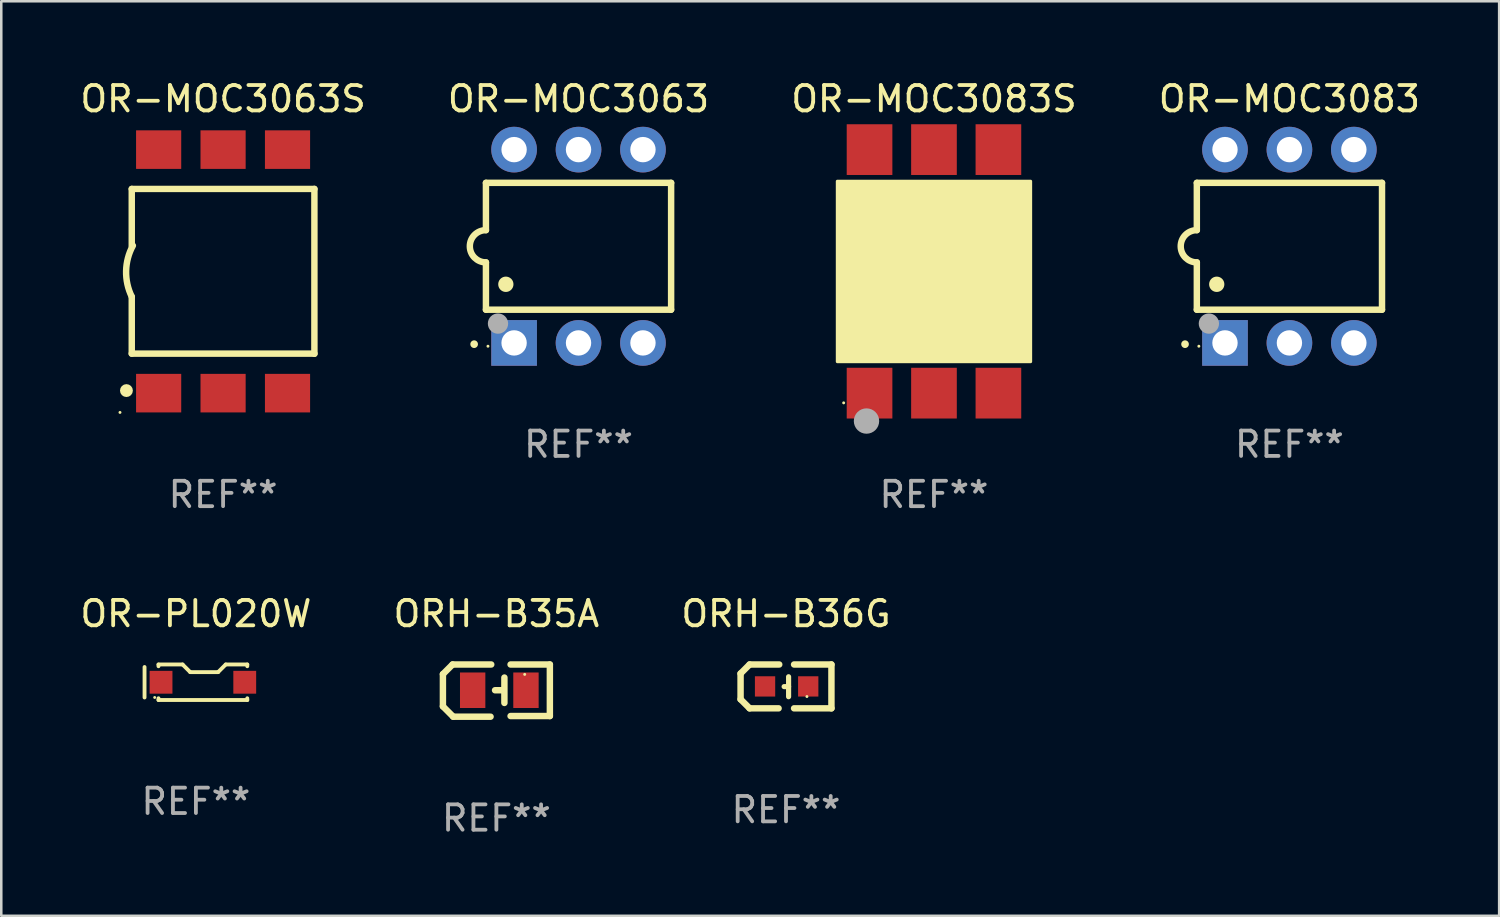
<source format=kicad_pcb>
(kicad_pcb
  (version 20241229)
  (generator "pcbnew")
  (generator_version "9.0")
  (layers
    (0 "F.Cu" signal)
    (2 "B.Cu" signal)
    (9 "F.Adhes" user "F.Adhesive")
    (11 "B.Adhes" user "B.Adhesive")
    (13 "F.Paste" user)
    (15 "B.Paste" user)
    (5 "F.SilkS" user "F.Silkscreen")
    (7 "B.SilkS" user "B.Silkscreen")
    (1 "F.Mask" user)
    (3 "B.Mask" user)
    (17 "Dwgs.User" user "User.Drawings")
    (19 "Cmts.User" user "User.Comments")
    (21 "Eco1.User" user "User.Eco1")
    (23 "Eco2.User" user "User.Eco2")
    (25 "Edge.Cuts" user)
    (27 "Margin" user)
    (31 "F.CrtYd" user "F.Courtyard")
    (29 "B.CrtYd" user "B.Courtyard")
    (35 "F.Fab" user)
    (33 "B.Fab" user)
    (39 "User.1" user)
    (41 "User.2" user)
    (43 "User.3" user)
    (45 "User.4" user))
  (footprint "ORH-B36G"
    (layer "F.Cu")
    (at 27.935 24.009)
    (property "Reference" "ORH-B36G" (at 0 -2.864 0) (layer "F.SilkS") (effects (font (size 1 1) (thickness 0.15))))
    (attr through_hole)
    (fp_line (start -1.791 -0.508) (end -1.435 -0.864) (stroke (width 0.254) (type solid)) (layer "F.SilkS"))
    (fp_line (start -1.791 0.508) (end -1.791 -0.508) (stroke (width 0.254) (type solid)) (layer "F.SilkS"))
    (fp_line (start -1.435 0.864) (end -1.791 0.508) (stroke (width 0.254) (type solid)) (layer "F.SilkS"))
    (fp_line (start -0.292 0.864) (end -1.435 0.864) (stroke (width 0.254) (type solid)) (layer "F.SilkS"))
    (fp_line (start -0.267 -0.864) (end -1.435 -0.864) (stroke (width 0.254) (type solid)) (layer "F.SilkS"))
    (fp_line (start 0.102 0.008) (end -0.074 0.008) (stroke (width 0.203) (type solid)) (layer "F.SilkS"))
    (fp_line (start 0.102 0.406) (end 0.102 -0.381) (stroke (width 0.203) (type solid)) (layer "F.SilkS"))
    (fp_line (start 1.791 -0.864) (end 0.318 -0.864) (stroke (width 0.254) (type solid)) (layer "F.SilkS"))
    (fp_line (start 1.791 0.864) (end 0.318 0.864) (stroke (width 0.254) (type solid)) (layer "F.SilkS"))
    (fp_line (start 1.791 0.864) (end 1.791 -0.864) (stroke (width 0.254) (type solid)) (layer "F.SilkS"))
    (fp_circle (center 0.825 0.4) (end 0.855 0.4) (stroke (width 0.06) (type solid)) (fill no) (layer "F.SilkS"))
    (fp_text user "REF**" (at 0 4.864 0) (layer "F.Fab") (effects (font (size 1 1) (thickness 0.15))))
    (pad "1" smd rect (at 0.876 0 90) (size 0.8 0.8) (layers "F.Cu" "F.Mask" "F.Paste"))
    (pad "2" smd rect (at -0.826 0 90) (size 0.8 0.8) (layers "F.Cu" "F.Mask" "F.Paste")))
  (footprint "OR-MOC3063S"
    (layer "F.Cu")
    (at 5.744 7.648)
    (property "Reference" "OR-MOC3063S" (at 0 -6.8 0) (layer "F.SilkS") (effects (font (size 1 1) (thickness 0.15))))
    (attr through_hole)
    (fp_line (start -3.6 -3.25) (end -3.6 -1) (stroke (width 0.254) (type solid)) (layer "F.SilkS"))
    (fp_line (start -3.6 -3.25) (end 3.6 -3.25) (stroke (width 0.254) (type solid)) (layer "F.SilkS"))
    (fp_line (start -3.6 3.243) (end -3.6 1) (stroke (width 0.254) (type solid)) (layer "F.SilkS"))
    (fp_line (start 3.6 -3.25) (end 3.6 3.25) (stroke (width 0.254) (type solid)) (layer "F.SilkS"))
    (fp_line (start 3.6 3.243) (end -3.6 3.243) (stroke (width 0.254) (type solid)) (layer "F.SilkS"))
    (fp_arc (start -3.599187 0.999746) (mid -3.822377 -0.013372) (end -3.556007 -1.016002) (stroke (width 0.254001) (type solid)) (layer "F.SilkS"))
    (fp_circle (center -4.064 5.56) (end -4.034 5.56) (stroke (width 0.06) (type solid)) (fill no) (layer "F.SilkS"))
    (fp_circle (center -3.81 4.699) (end -3.683 4.699) (stroke (width 0.254) (type solid)) (fill no) (layer "F.SilkS"))
    (fp_text user "REF**" (at 0 8.8 0) (layer "F.Fab") (effects (font (size 1 1) (thickness 0.15))))
    (pad "1" smd rect (at -2.54 4.8) (size 1.78 1.52) (layers "F.Cu" "F.Mask" "F.Paste"))
    (pad "2" smd rect (at 0 4.8) (size 1.78 1.52) (layers "F.Cu" "F.Mask" "F.Paste"))
    (pad "3" smd rect (at 2.54 4.8) (size 1.78 1.52) (layers "F.Cu" "F.Mask" "F.Paste"))
    (pad "4" smd rect (at 2.54 -4.8) (size 1.78 1.52) (layers "F.Cu" "F.Mask" "F.Paste"))
    (pad "5" smd rect (at 0 -4.8) (size 1.78 1.52) (layers "F.Cu" "F.Mask" "F.Paste"))
    (pad "6" smd rect (at -2.54 -4.8) (size 1.78 1.52) (layers "F.Cu" "F.Mask" "F.Paste")))
  (footprint "OR-MOC3063"
    (layer "F.Cu")
    (at 19.756 6.658)
    (property "Reference" "OR-MOC3063" (at 0 -5.81 0) (layer "F.SilkS") (effects (font (size 1 1) (thickness 0.15))))
    (attr through_hole)
    (fp_line (start -3.65 -2.5) (end 3.65 -2.5) (stroke (width 0.254) (type solid)) (layer "F.SilkS"))
    (fp_line (start -3.65 -0.635) (end -3.65 -2.5) (stroke (width 0.254) (type solid)) (layer "F.SilkS"))
    (fp_line (start -3.65 0.635) (end -3.65 2.5) (stroke (width 0.254) (type solid)) (layer "F.SilkS"))
    (fp_line (start -3.65 2.5) (end 3.65 2.5) (stroke (width 0.254) (type solid)) (layer "F.SilkS"))
    (fp_line (start 3.65 -2.5) (end 3.65 2.5) (stroke (width 0.254) (type solid)) (layer "F.SilkS"))
    (fp_arc (start -4.114808 3.860808) (mid -4.114813 3.859538) (end -4.114808 3.858268) (stroke (width 0.3) (type solid)) (layer "F.SilkS"))
    (fp_arc (start -3.650013 0.635001) (mid -4.285014 0) (end -3.650013 -0.635001) (stroke (width 0.254001) (type solid)) (layer "F.SilkS"))
    (fp_arc (start -2.865405 1.501143) (mid -2.865416 1.498603) (end -2.865405 1.496063) (stroke (width 0.6) (type solid)) (layer "F.SilkS"))
    (fp_circle (center -3.57 3.94) (end -3.54 3.94) (stroke (width 0.06) (type solid)) (fill no) (layer "F.SilkS"))
    (fp_circle (center -3.175 3.048) (end -2.975 3.048) (stroke (width 0.4) (type solid)) (fill no) (layer "F.Fab"))
    (fp_text user "REF**" (at 0 7.81 0) (layer "F.Fab") (effects (font (size 1 1) (thickness 0.15))))
    (pad "1" thru_hole rect (at -2.54 3.81 90) (size 1.8 1.8) (drill 1) (layers "*.Cu" "*.Mask"))
    (pad "2" thru_hole circle (at 0 3.81) (size 1.8 1.8) (drill 1) (layers "*.Cu" "*.Mask"))
    (pad "3" thru_hole circle (at 2.54 3.81) (size 1.8 1.8) (drill 1) (layers "*.Cu" "*.Mask"))
    (pad "4" thru_hole circle (at 2.54 -3.81) (size 1.8 1.8) (drill 1) (layers "*.Cu" "*.Mask"))
    (pad "5" thru_hole circle (at 0 -3.81) (size 1.8 1.8) (drill 1) (layers "*.Cu" "*.Mask"))
    (pad "6" thru_hole circle (at -2.54 -3.81) (size 1.8 1.8) (drill 1) (layers "*.Cu" "*.Mask")))
  (footprint "ORH-B35A"
    (layer "F.Cu")
    (at 16.518 24.174)
    (property "Reference" "ORH-B35A" (at 0 -3.029 0) (layer "F.SilkS") (effects (font (size 1 1) (thickness 0.15))))
    (attr through_hole)
    (fp_line (start -2.108 -0.648) (end -1.727 -1.029) (stroke (width 0.254) (type solid)) (layer "F.SilkS"))
    (fp_line (start -2.108 0.622) (end -2.108 -0.648) (stroke (width 0.254) (type solid)) (layer "F.SilkS"))
    (fp_line (start -1.727 -1.029) (end -0.203 -1.029) (stroke (width 0.254) (type solid)) (layer "F.SilkS"))
    (fp_line (start -1.702 1.029) (end -2.108 0.622) (stroke (width 0.254) (type solid)) (layer "F.SilkS"))
    (fp_line (start -0.229 1.029) (end -1.702 1.029) (stroke (width 0.254) (type solid)) (layer "F.SilkS"))
    (fp_line (start 0.216 -0.014) (end -0.053 -0.014) (stroke (width 0.254) (type solid)) (layer "F.SilkS"))
    (fp_line (start 0.316 -0.514) (end 0.316 0.486) (stroke (width 0.254) (type solid)) (layer "F.SilkS"))
    (fp_line (start 0.559 1.003) (end 2.108 1.003) (stroke (width 0.254) (type solid)) (layer "F.SilkS"))
    (fp_line (start 2.108 -1.029) (end 0.559 -1.029) (stroke (width 0.254) (type solid)) (layer "F.SilkS"))
    (fp_line (start 2.108 1.003) (end 2.108 -1.029) (stroke (width 0.254) (type solid)) (layer "F.SilkS"))
    (fp_circle (center 1.116 -0.639) (end 1.146 -0.639) (stroke (width 0.06) (type solid)) (fill no) (layer "F.SilkS"))
    (fp_text user "REF**" (at 0 5.029 0) (layer "F.Fab") (effects (font (size 1 1) (thickness 0.15))))
    (pad "1" smd rect (at 1.166 -0.014 180) (size 1 1.4) (layers "F.Cu" "F.Mask" "F.Paste"))
    (pad "2" smd rect (at -0.935 -0.014 180) (size 1 1.4) (layers "F.Cu" "F.Mask" "F.Paste")))
  (footprint "OR-MOC3083"
    (layer "F.Cu")
    (at 47.78 6.658)
    (property "Reference" "OR-MOC3083" (at 0 -5.81 0) (layer "F.SilkS") (effects (font (size 1 1) (thickness 0.15))))
    (attr through_hole)
    (fp_line (start -3.65 -2.5) (end 3.65 -2.5) (stroke (width 0.254) (type solid)) (layer "F.SilkS"))
    (fp_line (start -3.65 -0.635) (end -3.65 -2.5) (stroke (width 0.254) (type solid)) (layer "F.SilkS"))
    (fp_line (start -3.65 0.635) (end -3.65 2.5) (stroke (width 0.254) (type solid)) (layer "F.SilkS"))
    (fp_line (start -3.65 2.5) (end 3.65 2.5) (stroke (width 0.254) (type solid)) (layer "F.SilkS"))
    (fp_line (start 3.65 -2.5) (end 3.65 2.5) (stroke (width 0.254) (type solid)) (layer "F.SilkS"))
    (fp_arc (start -4.114808 3.860808) (mid -4.114813 3.859538) (end -4.114808 3.858268) (stroke (width 0.3) (type solid)) (layer "F.SilkS"))
    (fp_arc (start -3.650013 0.635001) (mid -4.285014 0) (end -3.650013 -0.635001) (stroke (width 0.254001) (type solid)) (layer "F.SilkS"))
    (fp_arc (start -2.865405 1.501143) (mid -2.865416 1.498603) (end -2.865405 1.496063) (stroke (width 0.6) (type solid)) (layer "F.SilkS"))
    (fp_circle (center -3.57 3.94) (end -3.54 3.94) (stroke (width 0.06) (type solid)) (fill no) (layer "F.SilkS"))
    (fp_circle (center -3.175 3.048) (end -2.975 3.048) (stroke (width 0.4) (type solid)) (fill no) (layer "F.Fab"))
    (fp_text user "REF**" (at 0 7.81 0) (layer "F.Fab") (effects (font (size 1 1) (thickness 0.15))))
    (pad "1" thru_hole rect (at -2.54 3.81 90) (size 1.8 1.8) (drill 1) (layers "*.Cu" "*.Mask"))
    (pad "2" thru_hole circle (at 0 3.81) (size 1.8 1.8) (drill 1) (layers "*.Cu" "*.Mask"))
    (pad "3" thru_hole circle (at 2.54 3.81) (size 1.8 1.8) (drill 1) (layers "*.Cu" "*.Mask"))
    (pad "4" thru_hole circle (at 2.54 -3.81) (size 1.8 1.8) (drill 1) (layers "*.Cu" "*.Mask"))
    (pad "5" thru_hole circle (at 0 -3.81) (size 1.8 1.8) (drill 1) (layers "*.Cu" "*.Mask"))
    (pad "6" thru_hole circle (at -2.54 -3.81) (size 1.8 1.8) (drill 1) (layers "*.Cu" "*.Mask")))
  (footprint "OR-MOC3083S"
    (layer "F.Cu")
    (at 33.768 7.648)
    (property "Reference" "OR-MOC3083S" (at 0 -6.8 0) (layer "F.SilkS") (effects (font (size 1 1) (thickness 0.15))))
    (attr through_hole)
    (fp_circle (center -3.56 5.183) (end -3.53 5.183) (stroke (width 0.06) (type solid)) (fill no) (layer "F.SilkS"))
    (fp_circle (center -2.921 2.797) (end -2.463 2.797) (stroke (width 0.254) (type solid)) (fill no) (layer "F.SilkS"))
    (fp_poly (pts (xy -3.81 -3.553) (xy 3.81 -3.553) (xy 3.81 3.559) (xy -3.81 3.559)) (stroke (width 0.12) (type solid)) (fill yes) (layer "F.SilkS"))
    (fp_circle (center -2.66 5.9) (end -2.41 5.9) (stroke (width 0.5) (type solid)) (fill no) (layer "F.Fab"))
    (fp_text user "REF**" (at 0 8.8 0) (layer "F.Fab") (effects (font (size 1 1) (thickness 0.15))))
    (pad "1" smd rect (at -2.54 4.8 90) (size 2 1.8) (layers "F.Cu" "F.Mask" "F.Paste"))
    (pad "2" smd rect (at 0 4.8 90) (size 2 1.8) (layers "F.Cu" "F.Mask" "F.Paste"))
    (pad "3" smd rect (at 2.54 4.8 90) (size 2 1.8) (layers "F.Cu" "F.Mask" "F.Paste"))
    (pad "4" smd rect (at 2.54 -4.8 90) (size 2 1.8) (layers "F.Cu" "F.Mask" "F.Paste"))
    (pad "5" smd rect (at 0 -4.8 90) (size 2 1.8) (layers "F.Cu" "F.Mask" "F.Paste"))
    (pad "6" smd rect (at -2.54 -4.8 90) (size 2 1.8) (layers "F.Cu" "F.Mask" "F.Paste")))
  (footprint "OR-PL020W"
    (layer "F.Cu")
    (at 4.673 23.845)
    (property "Reference" "OR-PL020W" (at 0 -2.7 0) (layer "F.SilkS") (effects (font (size 1 1) (thickness 0.15))))
    (attr through_hole)
    (fp_line (start -2.025 -0.601) (end -2.025 0.601) (stroke (width 0.152) (type solid)) (layer "F.SilkS"))
    (fp_line (start -1.475 -0.631) (end -1.475 -0.7) (stroke (width 0.152) (type solid)) (layer "F.SilkS"))
    (fp_line (start -1.475 0.7) (end -1.475 0.631) (stroke (width 0.152) (type solid)) (layer "F.SilkS"))
    (fp_line (start -0.525 -0.7) (end -1.475 -0.7) (stroke (width 0.152) (type solid)) (layer "F.SilkS"))
    (fp_line (start -0.225 -0.4) (end -0.525 -0.7) (stroke (width 0.152) (type solid)) (layer "F.SilkS"))
    (fp_line (start 0.875 -0.4) (end -0.225 -0.4) (stroke (width 0.152) (type solid)) (layer "F.SilkS"))
    (fp_line (start 1.175 -0.7) (end 0.875 -0.4) (stroke (width 0.152) (type solid)) (layer "F.SilkS"))
    (fp_line (start 1.175 -0.7) (end 2.025 -0.7) (stroke (width 0.152) (type solid)) (layer "F.SilkS"))
    (fp_line (start 2.025 -0.7) (end 2.025 -0.631) (stroke (width 0.152) (type solid)) (layer "F.SilkS"))
    (fp_line (start 2.025 0.631) (end 2.025 0.7) (stroke (width 0.152) (type solid)) (layer "F.SilkS"))
    (fp_line (start 2.025 0.7) (end -1.475 0.7) (stroke (width 0.152) (type solid)) (layer "F.SilkS"))
    (fp_circle (center -1.625 0.6) (end -1.595 0.6) (stroke (width 0.06) (type solid)) (fill no) (layer "F.SilkS"))
    (fp_text user "REF**" (at 0 4.7 0) (layer "F.Fab") (effects (font (size 1 1) (thickness 0.15))))
    (pad "1" smd rect (at -1.375 0) (size 0.9 0.9) (layers "F.Cu" "F.Mask" "F.Paste"))
    (pad "2" smd rect (at 1.925 0) (size 0.9 0.9) (layers "F.Cu" "F.Mask" "F.Paste")))
  (gr_rect
    (start -3 -3)
    (end 56.048 33.051)
    (stroke (width 0.1) (type default))
    (fill no)
    (layer "Edge.Cuts")))
</source>
